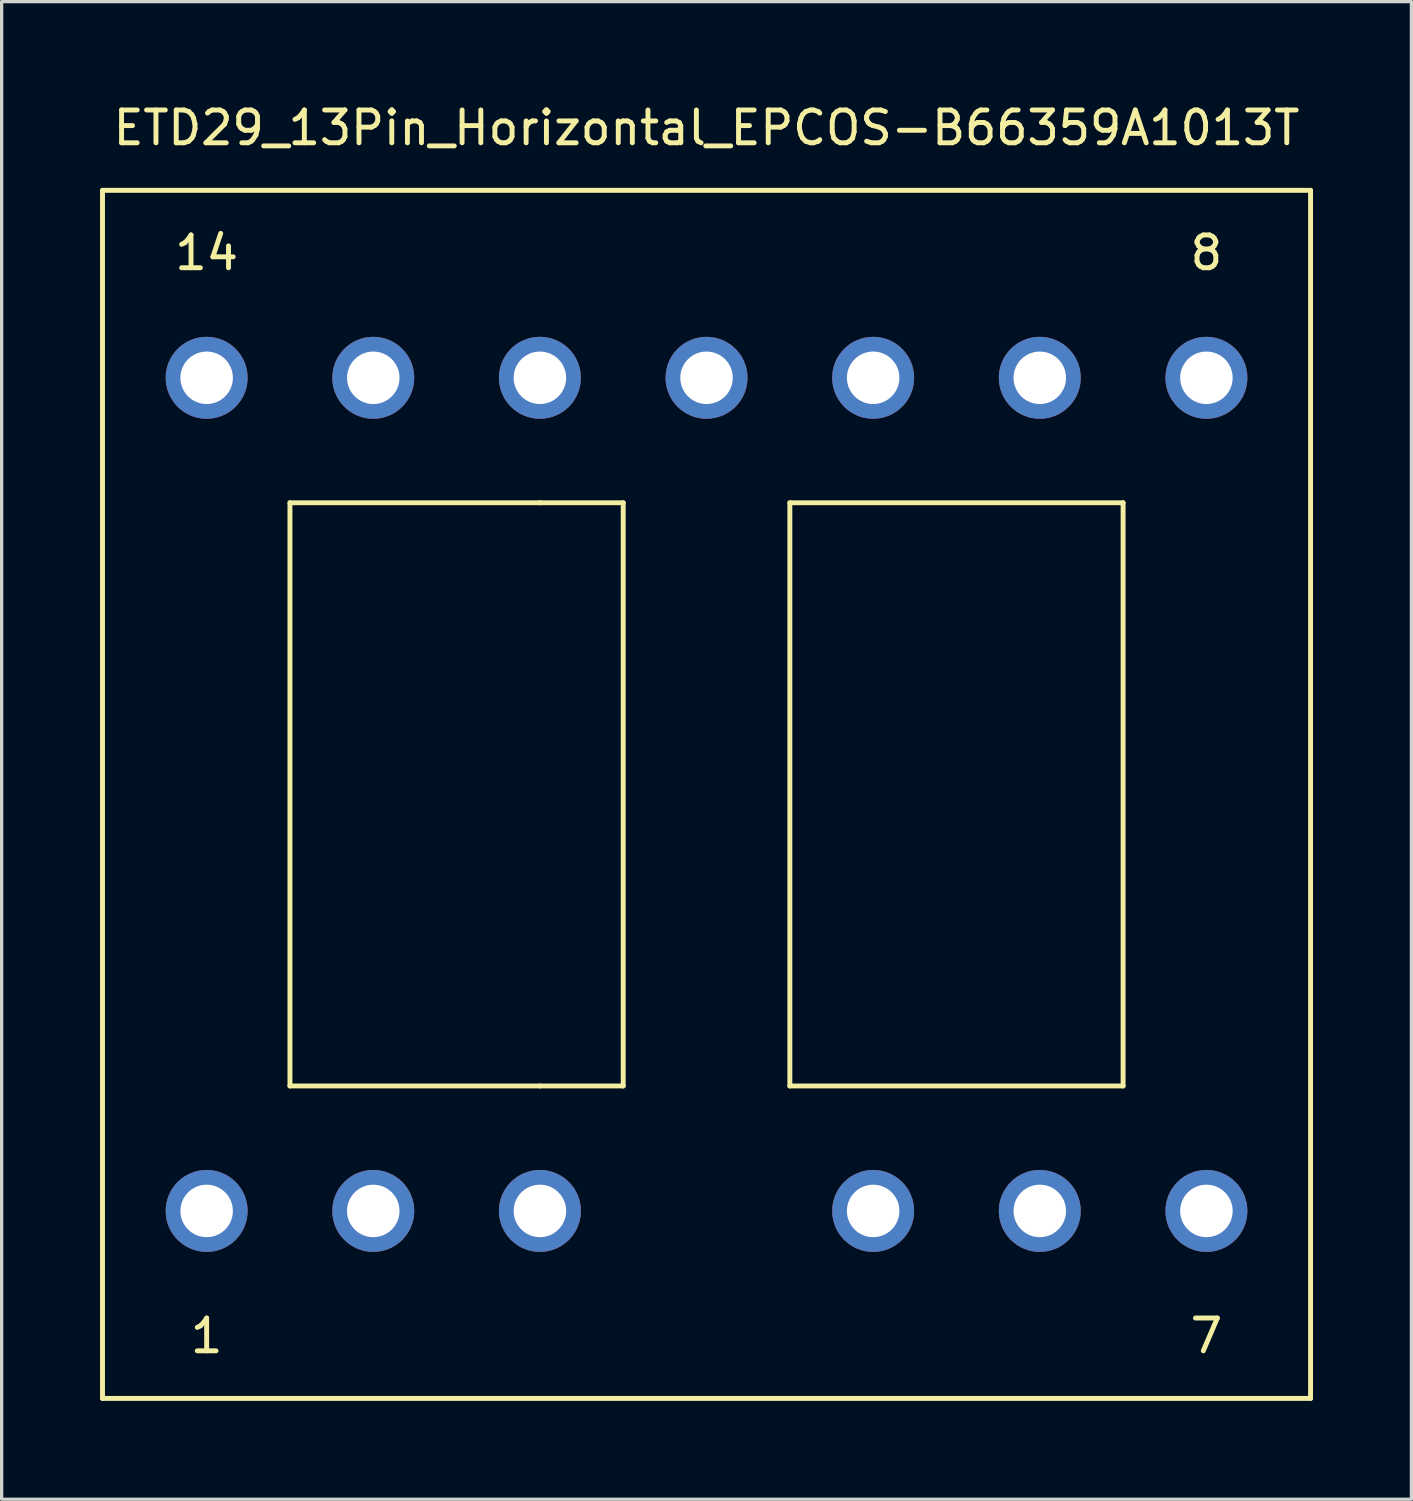
<source format=kicad_pcb>
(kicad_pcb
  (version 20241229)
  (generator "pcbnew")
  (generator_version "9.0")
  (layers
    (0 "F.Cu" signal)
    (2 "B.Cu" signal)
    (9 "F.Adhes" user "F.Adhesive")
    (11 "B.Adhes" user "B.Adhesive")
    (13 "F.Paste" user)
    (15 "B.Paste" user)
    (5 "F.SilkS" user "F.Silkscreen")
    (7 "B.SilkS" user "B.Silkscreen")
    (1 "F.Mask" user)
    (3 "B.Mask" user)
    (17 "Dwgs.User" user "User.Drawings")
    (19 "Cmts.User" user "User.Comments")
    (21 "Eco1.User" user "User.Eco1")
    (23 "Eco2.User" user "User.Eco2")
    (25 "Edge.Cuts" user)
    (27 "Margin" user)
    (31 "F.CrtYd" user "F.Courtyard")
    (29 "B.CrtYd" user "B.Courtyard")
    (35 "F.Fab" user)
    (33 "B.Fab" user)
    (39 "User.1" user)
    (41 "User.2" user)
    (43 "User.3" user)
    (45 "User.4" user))
  (footprint "ETD29_13Pin_Horizontal_EPCOS-B66359A1013T"
    (layer "F.Cu")
    (at 18.49 21.168)
    (property "Reference" "ETD29_13Pin_Horizontal_EPCOS-B66359A1013T" (at 0 -20.32 0) (layer "F.SilkS") (effects (font (size 1 1) (thickness 0.15))))
    (attr through_hole)
    (fp_line (start -18.415 -18.415) (end 18.415 -18.415) (stroke (width 0.15) (type solid)) (layer "F.SilkS"))
    (fp_line (start -18.415 18.415) (end -18.415 -18.415) (stroke (width 0.15) (type solid)) (layer "F.SilkS"))
    (fp_line (start -12.7 -8.89) (end -12.7 8.89) (stroke (width 0.15) (type solid)) (layer "F.SilkS"))
    (fp_line (start -12.7 8.89) (end -5.08 8.89) (stroke (width 0.15) (type solid)) (layer "F.SilkS"))
    (fp_line (start -5.08 -8.89) (end -12.7 -8.89) (stroke (width 0.15) (type solid)) (layer "F.SilkS"))
    (fp_line (start -5.08 -8.89) (end -2.54 -8.89) (stroke (width 0.15) (type solid)) (layer "F.SilkS"))
    (fp_line (start -2.54 -8.89) (end -2.54 8.89) (stroke (width 0.15) (type solid)) (layer "F.SilkS"))
    (fp_line (start -2.54 8.89) (end -5.08 8.89) (stroke (width 0.15) (type solid)) (layer "F.SilkS"))
    (fp_line (start 2.54 -8.89) (end 2.54 8.89) (stroke (width 0.15) (type solid)) (layer "F.SilkS"))
    (fp_line (start 2.54 8.89) (end 12.7 8.89) (stroke (width 0.15) (type solid)) (layer "F.SilkS"))
    (fp_line (start 12.7 -8.89) (end 2.54 -8.89) (stroke (width 0.15) (type solid)) (layer "F.SilkS"))
    (fp_line (start 12.7 8.89) (end 12.7 -8.89) (stroke (width 0.15) (type solid)) (layer "F.SilkS"))
    (fp_line (start 18.415 -18.415) (end 18.415 18.415) (stroke (width 0.15) (type solid)) (layer "F.SilkS"))
    (fp_line (start 18.415 18.415) (end -18.415 18.415) (stroke (width 0.15) (type solid)) (layer "F.SilkS"))
    (fp_text user "7" (at 15.24 16.51 0) (layer "F.SilkS") (effects (font (size 1 1) (thickness 0.15))))
    (fp_text user "1" (at -15.24 16.51 0) (layer "F.SilkS") (effects (font (size 1 1) (thickness 0.15))))
    (fp_text user "8" (at 15.24 -16.51 0) (layer "F.SilkS") (effects (font (size 1 1) (thickness 0.15))))
    (fp_text user "14" (at -15.24 -16.51 0) (layer "F.SilkS") (effects (font (size 1 1) (thickness 0.15))))
    (pad "1" thru_hole circle (at -15.24 12.7) (size 2.499 2.499) (drill 1.6) (layers "*.Cu" "*.Mask"))
    (pad "2" thru_hole circle (at -10.16 12.7) (size 2.499 2.499) (drill 1.6) (layers "*.Cu" "*.Mask"))
    (pad "3" thru_hole circle (at -5.08 12.7) (size 2.499 2.499) (drill 1.6) (layers "*.Cu" "*.Mask"))
    (pad "5" thru_hole circle (at 5.08 12.7) (size 2.499 2.499) (drill 1.6) (layers "*.Cu" "*.Mask"))
    (pad "6" thru_hole circle (at 10.16 12.7) (size 2.499 2.499) (drill 1.6) (layers "*.Cu" "*.Mask"))
    (pad "7" thru_hole circle (at 15.24 12.7) (size 2.499 2.499) (drill 1.6) (layers "*.Cu" "*.Mask"))
    (pad "8" thru_hole circle (at 15.24 -12.7) (size 2.499 2.499) (drill 1.6) (layers "*.Cu" "*.Mask"))
    (pad "9" thru_hole circle (at 10.16 -12.7) (size 2.499 2.499) (drill 1.6) (layers "*.Cu" "*.Mask"))
    (pad "10" thru_hole circle (at 5.08 -12.7) (size 2.499 2.499) (drill 1.6) (layers "*.Cu" "*.Mask"))
    (pad "11" thru_hole circle (at 0 -12.7) (size 2.499 2.499) (drill 1.6) (layers "*.Cu" "*.Mask"))
    (pad "12" thru_hole circle (at -5.08 -12.7) (size 2.499 2.499) (drill 1.6) (layers "*.Cu" "*.Mask"))
    (pad "13" thru_hole circle (at -10.16 -12.7) (size 2.499 2.499) (drill 1.6) (layers "*.Cu" "*.Mask"))
    (pad "14" thru_hole circle (at -15.24 -12.7) (size 2.499 2.499) (drill 1.6) (layers "*.Cu" "*.Mask")))
  (gr_rect
    (start -3 -3)
    (end 39.98 42.658)
    (stroke (width 0.1) (type default))
    (fill no)
    (layer "Edge.Cuts")))
</source>
